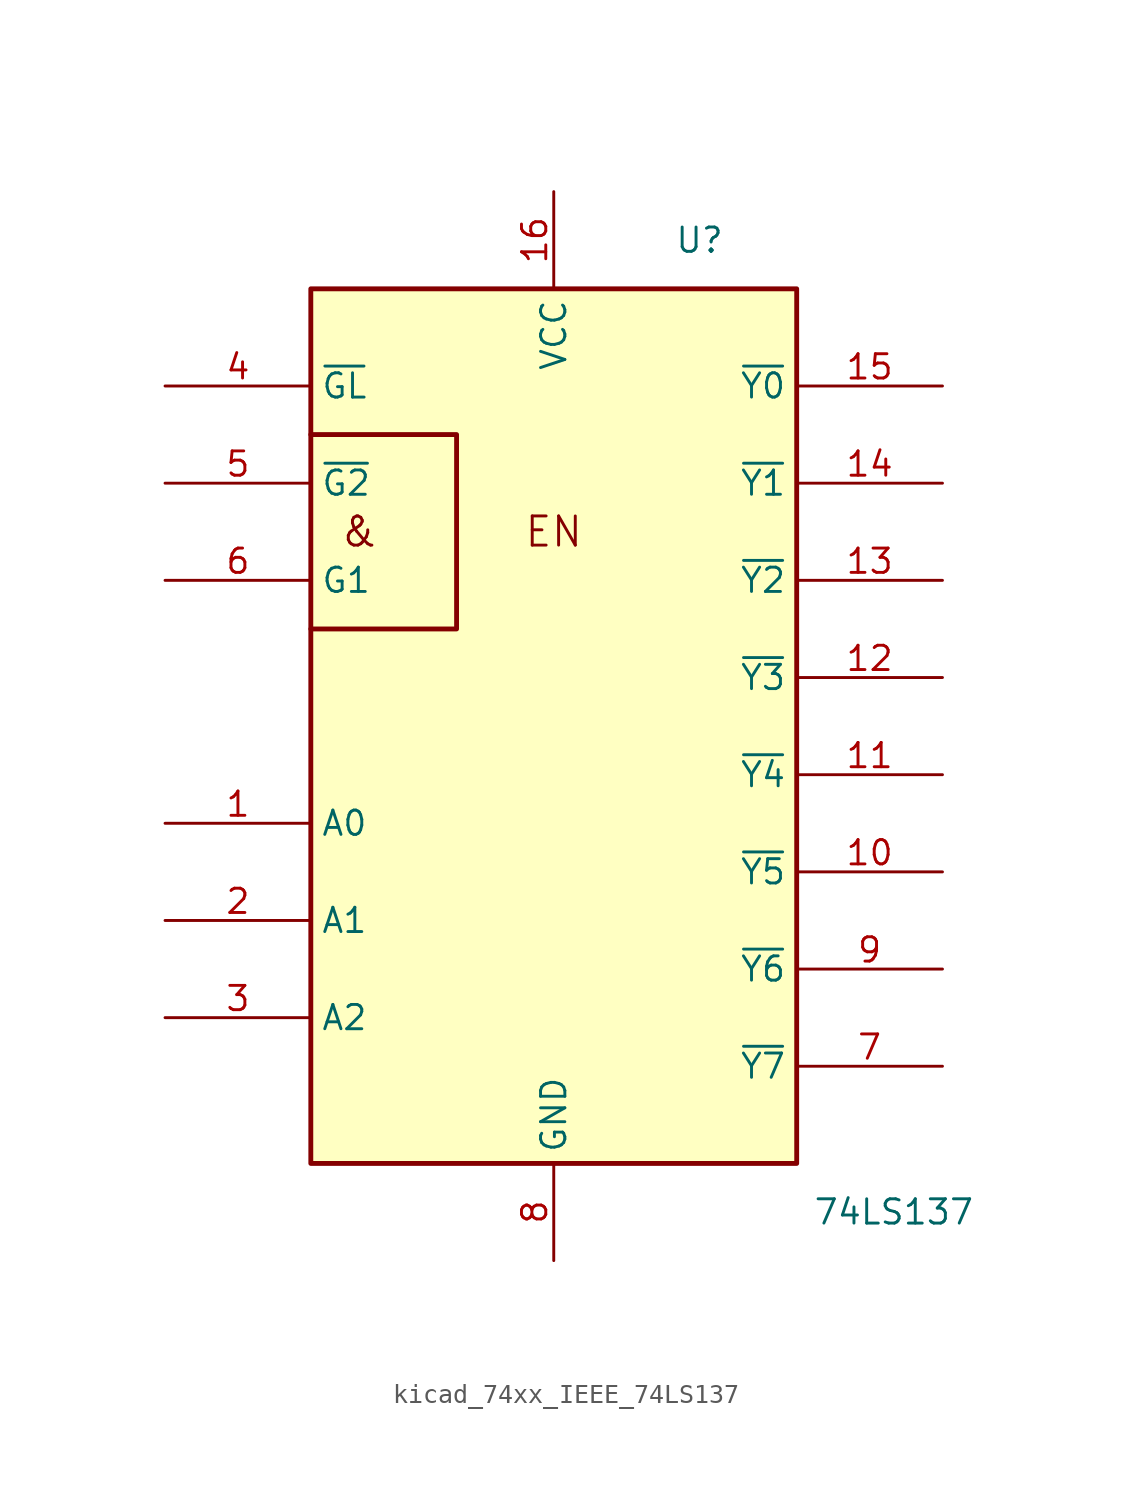
<source format=kicad_sym>
(kicad_symbol_lib
  (version 20220914)
  (generator kicad_symbol_editor)
  (symbol "kicad_74xx_IEEE_74LS137"
    (property "Reference" "U"
      (at 7.62 17.78 0)
      (effects (font (size 1.27 1.27))))
    (property "Value" "74LS137"
      (at 17.78 -33.02 0)
      (effects (font (size 1.27 1.27))))
    (symbol "kicad_74xx_IEEE_74LS137_0_0"
      (polyline (pts (xy -12.7 7.62) (xy -5.08 7.62) (xy -5.08 -2.54) (xy -12.7 -2.54) (xy -12.7 -2.54)) (stroke (width 0.254) (type default)) (fill (type background)))
      (text "&" (at -10.16 2.54 0) (effects (font (size 1.524 1.524))))
      (text "EN" (at 0 2.54 0) (effects (font (size 1.524 1.524))))
      (pin power_in line (at 0 20.32 270) (length 5.08) (name "VCC" (effects (font (size 1.27 1.27)))) (number "16" (effects (font (size 1.27 1.27))))))
    (symbol "kicad_74xx_IEEE_74LS137_0_1"
      (rectangle (start -12.7 15.24) (end 12.7 -30.48) (stroke (width 0.254) (type default)) (fill (type background))))
    (symbol "kicad_74xx_IEEE_74LS137_1_1"
      (pin input line (at -20.32 -12.7 0) (length 7.62) (name "A0" (effects (font (size 1.27 1.27)))) (number "1" (effects (font (size 1.27 1.27)))))
      (pin output line (at 20.32 -15.24 180) (length 7.62) (name "~{Y5}" (effects (font (size 1.27 1.27)))) (number "10" (effects (font (size 1.27 1.27)))))
      (pin output line (at 20.32 -10.16 180) (length 7.62) (name "~{Y4}" (effects (font (size 1.27 1.27)))) (number "11" (effects (font (size 1.27 1.27)))))
      (pin output line (at 20.32 -5.08 180) (length 7.62) (name "~{Y3}" (effects (font (size 1.27 1.27)))) (number "12" (effects (font (size 1.27 1.27)))))
      (pin output line (at 20.32 0 180) (length 7.62) (name "~{Y2}" (effects (font (size 1.27 1.27)))) (number "13" (effects (font (size 1.27 1.27)))))
      (pin output line (at 20.32 5.08 180) (length 7.62) (name "~{Y1}" (effects (font (size 1.27 1.27)))) (number "14" (effects (font (size 1.27 1.27)))))
      (pin output line (at 20.32 10.16 180) (length 7.62) (name "~{Y0}" (effects (font (size 1.27 1.27)))) (number "15" (effects (font (size 1.27 1.27)))))
      (pin input line (at -20.32 -17.78 0) (length 7.62) (name "A1" (effects (font (size 1.27 1.27)))) (number "2" (effects (font (size 1.27 1.27)))))
      (pin input line (at -20.32 -22.86 0) (length 7.62) (name "A2" (effects (font (size 1.27 1.27)))) (number "3" (effects (font (size 1.27 1.27)))))
      (pin input line (at -20.32 10.16 0) (length 7.62) (name "~{GL}" (effects (font (size 1.27 1.27)))) (number "4" (effects (font (size 1.27 1.27)))))
      (pin input line (at -20.32 5.08 0) (length 7.62) (name "~{G2}" (effects (font (size 1.27 1.27)))) (number "5" (effects (font (size 1.27 1.27)))))
      (pin input line (at -20.32 0 0) (length 7.62) (name "G1" (effects (font (size 1.27 1.27)))) (number "6" (effects (font (size 1.27 1.27)))))
      (pin output line (at 20.32 -25.4 180) (length 7.62) (name "~{Y7}" (effects (font (size 1.27 1.27)))) (number "7" (effects (font (size 1.27 1.27)))))
      (pin power_in line (at 0 -35.56 90) (length 5.08) (name "GND" (effects (font (size 1.27 1.27)))) (number "8" (effects (font (size 1.27 1.27)))))
      (pin output line (at 20.32 -20.32 180) (length 7.62) (name "~{Y6}" (effects (font (size 1.27 1.27)))) (number "9" (effects (font (size 1.27 1.27))))))))
</source>
